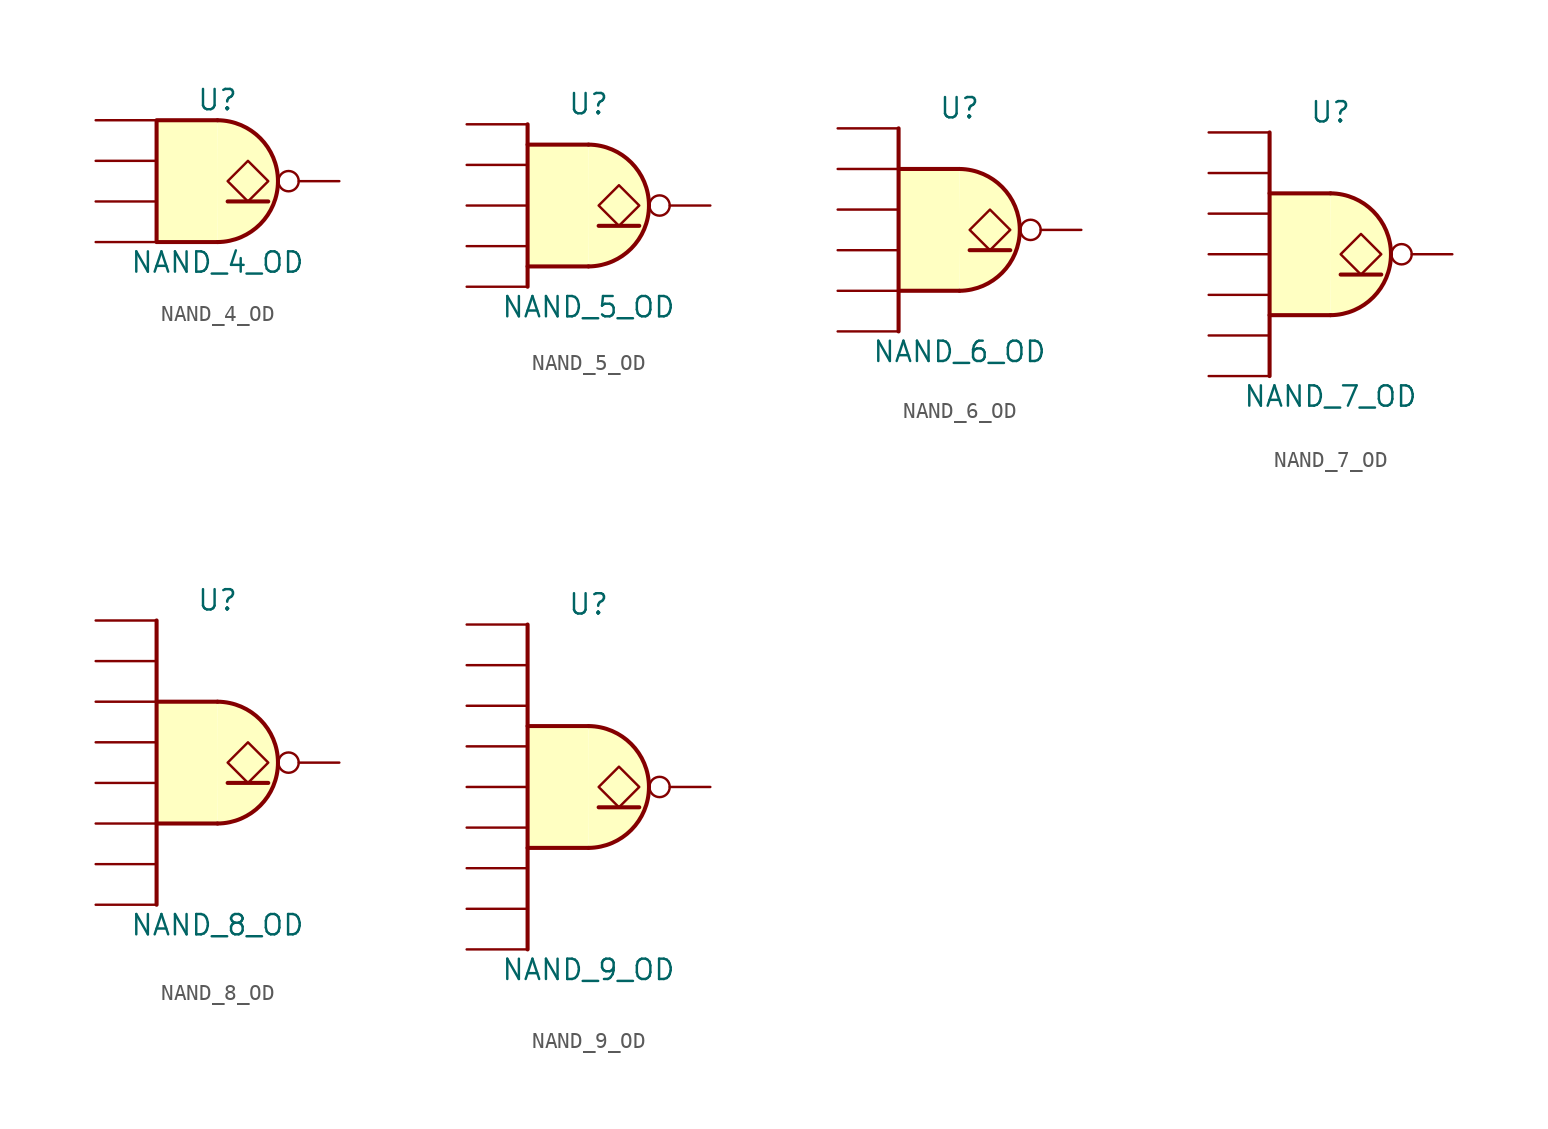
<source format=kicad_sym>
(kicad_symbol_lib
  (version 20231120)
  (generator "kicad_symbol_editor")
  (generator_version "8.0")
  (symbol "NAND_4_OD"
    (pin_numbers hide)
    (pin_names hide)
    (property "Reference" "U"
      (at 0 5.08 0)
      (effects (font (size 1.27 1.27))))
    (property "Value" "NAND_4_OD"
      (at 0 -5.08 0)
      (effects (font (size 1.27 1.27))))
    (symbol "NAND_4_OD_1_1"
      (arc (start 0 -3.81) (mid 3.7825 0) (end 0 3.81) (stroke (width 0.254) (type default)) (fill (type background)))
      (polyline (pts (xy 0.635 -1.27) (xy 3.175 -1.27)) (stroke (width 0.254) (type default)) (fill (type none)))
      (polyline (pts (xy 0 3.81) (xy -3.81 3.81) (xy -3.81 -3.81) (xy 0 -3.81)) (stroke (width 0.254) (type default)) (fill (type background)))
      (polyline (pts (xy 3.175 0) (xy 1.905 1.27) (xy 0.635 0) (xy 1.905 -1.27) (xy 3.175 0)) (stroke (width 0) (type default)) (fill (type none)))
      (pin input line (at -7.62 3.81 0) (length 3.81) (name "~" (effects (font (size 1.27 1.27)))) (number "1" (effects (font (size 1.27 1.27)))))
      (pin input line (at -7.62 1.27 0) (length 3.81) (name "~" (effects (font (size 1.27 1.27)))) (number "2" (effects (font (size 1.27 1.27)))))
      (pin input line (at -7.62 -1.27 0) (length 3.81) (name "~" (effects (font (size 1.27 1.27)))) (number "3" (effects (font (size 1.27 1.27)))))
      (pin input line (at -7.62 -3.81 0) (length 3.81) (name "~" (effects (font (size 1.27 1.27)))) (number "4" (effects (font (size 1.27 1.27)))))
      (pin tri_state inverted (at 7.62 0 180) (length 3.81) (name "~" (effects (font (size 1.27 1.27)))) (number "5" (effects (font (size 0 0)))))))
  (symbol "NAND_5_OD"
    (pin_numbers hide)
    (pin_names hide)
    (property "Reference" "U"
      (at 0 6.35 0)
      (effects (font (size 1.27 1.27))))
    (property "Value" "NAND_5_OD"
      (at 0 -6.35 0)
      (effects (font (size 1.27 1.27))))
    (symbol "NAND_5_OD_1_1"
      (arc (start 0 -3.81) (mid 3.7825 0) (end 0 3.81) (stroke (width 0.254) (type default)) (fill (type background)))
      (polyline (pts (xy -3.81 -3.81) (xy -3.81 -5.08)) (stroke (width 0.254) (type default)) (fill (type background)))
      (polyline (pts (xy -3.81 5.08) (xy -3.81 3.81)) (stroke (width 0.254) (type default)) (fill (type background)))
      (polyline (pts (xy 0.635 -1.27) (xy 3.175 -1.27)) (stroke (width 0.254) (type default)) (fill (type none)))
      (polyline (pts (xy 0 3.81) (xy -3.81 3.81) (xy -3.81 -3.81) (xy 0 -3.81)) (stroke (width 0.254) (type default)) (fill (type background)))
      (polyline (pts (xy 3.175 0) (xy 1.905 1.27) (xy 0.635 0) (xy 1.905 -1.27) (xy 3.175 0)) (stroke (width 0) (type default)) (fill (type none)))
      (pin input line (at -7.62 5.08 0) (length 3.81) (name "~" (effects (font (size 1.27 1.27)))) (number "1" (effects (font (size 1.27 1.27)))))
      (pin input line (at -7.62 2.54 0) (length 3.81) (name "~" (effects (font (size 1.27 1.27)))) (number "2" (effects (font (size 1.27 1.27)))))
      (pin input line (at -7.62 0 0) (length 3.81) (name "~" (effects (font (size 1.27 1.27)))) (number "3" (effects (font (size 1.27 1.27)))))
      (pin input line (at -7.62 -2.54 0) (length 3.81) (name "~" (effects (font (size 1.27 1.27)))) (number "4" (effects (font (size 1.27 1.27)))))
      (pin input line (at -7.62 -5.08 0) (length 3.81) (name "~" (effects (font (size 1.27 1.27)))) (number "5" (effects (font (size 1.27 1.27)))))
      (pin tri_state inverted (at 7.62 0 180) (length 3.81) (name "~" (effects (font (size 1.27 1.27)))) (number "6" (effects (font (size 0 0)))))))
  (symbol "NAND_6_OD"
    (pin_numbers hide)
    (pin_names hide)
    (property "Reference" "U"
      (at 0 7.62 0)
      (effects (font (size 1.27 1.27))))
    (property "Value" "NAND_6_OD"
      (at 0 -7.62 0)
      (effects (font (size 1.27 1.27))))
    (symbol "NAND_6_OD_1_1"
      (arc (start 0 -3.81) (mid 3.7712 0) (end 0 3.81) (stroke (width 0.254) (type default)) (fill (type background)))
      (polyline (pts (xy -3.81 -3.81) (xy -3.81 -6.35)) (stroke (width 0.254) (type default)) (fill (type background)))
      (polyline (pts (xy -3.81 6.35) (xy -3.81 3.81)) (stroke (width 0.254) (type default)) (fill (type background)))
      (polyline (pts (xy 0.635 -1.27) (xy 3.175 -1.27)) (stroke (width 0.254) (type default)) (fill (type none)))
      (polyline (pts (xy 0 3.81) (xy -3.81 3.81) (xy -3.81 -3.81) (xy 0 -3.81)) (stroke (width 0.254) (type default)) (fill (type background)))
      (polyline (pts (xy 3.175 0) (xy 1.905 1.27) (xy 0.635 0) (xy 1.905 -1.27) (xy 3.175 0)) (stroke (width 0) (type default)) (fill (type none)))
      (pin input line (at -7.62 6.35 0) (length 3.81) (name "~" (effects (font (size 1.27 1.27)))) (number "1" (effects (font (size 1.27 1.27)))))
      (pin input line (at -7.62 3.81 0) (length 3.81) (name "~" (effects (font (size 1.27 1.27)))) (number "2" (effects (font (size 1.27 1.27)))))
      (pin input line (at -7.62 1.27 0) (length 3.81) (name "~" (effects (font (size 1.27 1.27)))) (number "3" (effects (font (size 1.27 1.27)))))
      (pin input line (at -7.62 -1.27 0) (length 3.81) (name "~" (effects (font (size 1.27 1.27)))) (number "4" (effects (font (size 1.27 1.27)))))
      (pin input line (at -7.62 -3.81 0) (length 3.81) (name "~" (effects (font (size 1.27 1.27)))) (number "5" (effects (font (size 1.27 1.27)))))
      (pin input line (at -7.62 -6.35 0) (length 3.81) (name "~" (effects (font (size 1.27 1.27)))) (number "6" (effects (font (size 1.27 1.27)))))
      (pin tri_state inverted (at 7.62 0 180) (length 3.81) (name "~" (effects (font (size 1.27 1.27)))) (number "7" (effects (font (size 0 0)))))))
  (symbol "NAND_7_OD"
    (pin_numbers hide)
    (pin_names hide)
    (property "Reference" "U"
      (at 0 8.89 0)
      (effects (font (size 1.27 1.27))))
    (property "Value" "NAND_7_OD"
      (at 0 -8.89 0)
      (effects (font (size 1.27 1.27))))
    (symbol "NAND_7_OD_1_1"
      (arc (start 0 -3.81) (mid 3.7825 0) (end 0 3.81) (stroke (width 0.254) (type default)) (fill (type background)))
      (polyline (pts (xy -3.81 -3.81) (xy -3.81 -7.62)) (stroke (width 0.254) (type default)) (fill (type background)))
      (polyline (pts (xy -3.81 7.62) (xy -3.81 3.81)) (stroke (width 0.254) (type default)) (fill (type background)))
      (polyline (pts (xy 0.635 -1.27) (xy 3.175 -1.27)) (stroke (width 0.254) (type default)) (fill (type none)))
      (polyline (pts (xy 0 3.81) (xy -3.81 3.81) (xy -3.81 -3.81) (xy 0 -3.81)) (stroke (width 0.254) (type default)) (fill (type background)))
      (polyline (pts (xy 3.175 0) (xy 1.905 1.27) (xy 0.635 0) (xy 1.905 -1.27) (xy 3.175 0)) (stroke (width 0) (type default)) (fill (type none)))
      (pin input line (at -7.62 7.62 0) (length 3.81) (name "~" (effects (font (size 1.27 1.27)))) (number "1" (effects (font (size 1.27 1.27)))))
      (pin input line (at -7.62 5.08 0) (length 3.81) (name "~" (effects (font (size 1.27 1.27)))) (number "2" (effects (font (size 1.27 1.27)))))
      (pin input line (at -7.62 2.54 0) (length 3.81) (name "~" (effects (font (size 1.27 1.27)))) (number "3" (effects (font (size 1.27 1.27)))))
      (pin input line (at -7.62 0 0) (length 3.81) (name "~" (effects (font (size 1.27 1.27)))) (number "4" (effects (font (size 1.27 1.27)))))
      (pin input line (at -7.62 -2.54 0) (length 3.81) (name "~" (effects (font (size 1.27 1.27)))) (number "5" (effects (font (size 1.27 1.27)))))
      (pin input line (at -7.62 -5.08 0) (length 3.81) (name "~" (effects (font (size 1.27 1.27)))) (number "6" (effects (font (size 1.27 1.27)))))
      (pin input line (at -7.62 -7.62 0) (length 3.81) (name "~" (effects (font (size 1.27 1.27)))) (number "7" (effects (font (size 1.27 1.27)))))
      (pin tri_state inverted (at 7.62 0 180) (length 3.81) (name "~" (effects (font (size 1.27 1.27)))) (number "8" (effects (font (size 0 0)))))))
  (symbol "NAND_8_OD"
    (pin_numbers hide)
    (pin_names hide)
    (property "Reference" "U"
      (at 0 10.16 0)
      (effects (font (size 1.27 1.27))))
    (property "Value" "NAND_8_OD"
      (at 0 -10.16 0)
      (effects (font (size 1.27 1.27))))
    (symbol "NAND_8_OD_1_1"
      (arc (start 0 -3.81) (mid 3.7825 0) (end 0 3.81) (stroke (width 0.254) (type default)) (fill (type background)))
      (polyline (pts (xy -3.81 -3.81) (xy -3.81 -8.89)) (stroke (width 0.254) (type default)) (fill (type background)))
      (polyline (pts (xy -3.81 8.89) (xy -3.81 3.81)) (stroke (width 0.254) (type default)) (fill (type background)))
      (polyline (pts (xy 0.635 -1.27) (xy 3.175 -1.27)) (stroke (width 0.254) (type default)) (fill (type none)))
      (polyline (pts (xy 0 3.81) (xy -3.81 3.81) (xy -3.81 -3.81) (xy 0 -3.81)) (stroke (width 0.254) (type default)) (fill (type background)))
      (polyline (pts (xy 3.175 0) (xy 1.905 1.27) (xy 0.635 0) (xy 1.905 -1.27) (xy 3.175 0)) (stroke (width 0) (type default)) (fill (type none)))
      (pin input line (at -7.62 8.89 0) (length 3.81) (name "~" (effects (font (size 1.27 1.27)))) (number "1" (effects (font (size 1.27 1.27)))))
      (pin input line (at -7.62 6.35 0) (length 3.81) (name "~" (effects (font (size 1.27 1.27)))) (number "2" (effects (font (size 1.27 1.27)))))
      (pin input line (at -7.62 3.81 0) (length 3.81) (name "~" (effects (font (size 1.27 1.27)))) (number "3" (effects (font (size 1.27 1.27)))))
      (pin input line (at -7.62 1.27 0) (length 3.81) (name "~" (effects (font (size 1.27 1.27)))) (number "4" (effects (font (size 1.27 1.27)))))
      (pin input line (at -7.62 -1.27 0) (length 3.81) (name "~" (effects (font (size 1.27 1.27)))) (number "5" (effects (font (size 1.27 1.27)))))
      (pin input line (at -7.62 -3.81 0) (length 3.81) (name "~" (effects (font (size 1.27 1.27)))) (number "6" (effects (font (size 1.27 1.27)))))
      (pin input line (at -7.62 -6.35 0) (length 3.81) (name "~" (effects (font (size 1.27 1.27)))) (number "7" (effects (font (size 1.27 1.27)))))
      (pin input line (at -7.62 -8.89 0) (length 3.81) (name "~" (effects (font (size 1.27 1.27)))) (number "8" (effects (font (size 1.27 1.27)))))
      (pin tri_state inverted (at 7.62 0 180) (length 3.81) (name "~" (effects (font (size 1.27 1.27)))) (number "9" (effects (font (size 0 0)))))))
  (symbol "NAND_9_OD"
    (pin_numbers hide)
    (pin_names hide)
    (property "Reference" "U"
      (at 0 11.43 0)
      (effects (font (size 1.27 1.27))))
    (property "Value" "NAND_9_OD"
      (at 0 -11.43 0)
      (effects (font (size 1.27 1.27))))
    (symbol "NAND_9_OD_1_1"
      (arc (start 0 -3.81) (mid 3.7825 0) (end 0 3.81) (stroke (width 0.254) (type default)) (fill (type background)))
      (polyline (pts (xy -3.81 -3.81) (xy -3.81 -10.16)) (stroke (width 0.254) (type default)) (fill (type background)))
      (polyline (pts (xy -3.81 10.16) (xy -3.81 3.81)) (stroke (width 0.254) (type default)) (fill (type background)))
      (polyline (pts (xy 0.635 -1.27) (xy 3.175 -1.27)) (stroke (width 0.254) (type default)) (fill (type none)))
      (polyline (pts (xy 0 3.81) (xy -3.81 3.81) (xy -3.81 -3.81) (xy 0 -3.81)) (stroke (width 0.254) (type default)) (fill (type background)))
      (polyline (pts (xy 3.175 0) (xy 1.905 1.27) (xy 0.635 0) (xy 1.905 -1.27) (xy 3.175 0)) (stroke (width 0) (type default)) (fill (type none)))
      (pin input line (at -7.62 10.16 0) (length 3.81) (name "~" (effects (font (size 1.27 1.27)))) (number "1" (effects (font (size 1.27 1.27)))))
      (pin tri_state inverted (at 7.62 0 180) (length 3.81) (name "~" (effects (font (size 1.27 1.27)))) (number "10" (effects (font (size 0 0)))))
      (pin input line (at -7.62 7.62 0) (length 3.81) (name "~" (effects (font (size 1.27 1.27)))) (number "2" (effects (font (size 1.27 1.27)))))
      (pin input line (at -7.62 5.08 0) (length 3.81) (name "~" (effects (font (size 1.27 1.27)))) (number "3" (effects (font (size 1.27 1.27)))))
      (pin input line (at -7.62 2.54 0) (length 3.81) (name "~" (effects (font (size 1.27 1.27)))) (number "4" (effects (font (size 1.27 1.27)))))
      (pin input line (at -7.62 0 0) (length 3.81) (name "~" (effects (font (size 1.27 1.27)))) (number "5" (effects (font (size 1.27 1.27)))))
      (pin input line (at -7.62 -2.54 0) (length 3.81) (name "~" (effects (font (size 1.27 1.27)))) (number "6" (effects (font (size 1.27 1.27)))))
      (pin input line (at -7.62 -5.08 0) (length 3.81) (name "~" (effects (font (size 1.27 1.27)))) (number "7" (effects (font (size 1.27 1.27)))))
      (pin input line (at -7.62 -7.62 0) (length 3.81) (name "~" (effects (font (size 1.27 1.27)))) (number "8" (effects (font (size 1.27 1.27)))))
      (pin input line (at -7.62 -10.16 0) (length 3.81) (name "~" (effects (font (size 1.27 1.27)))) (number "9" (effects (font (size 1.27 1.27))))))))
</source>
